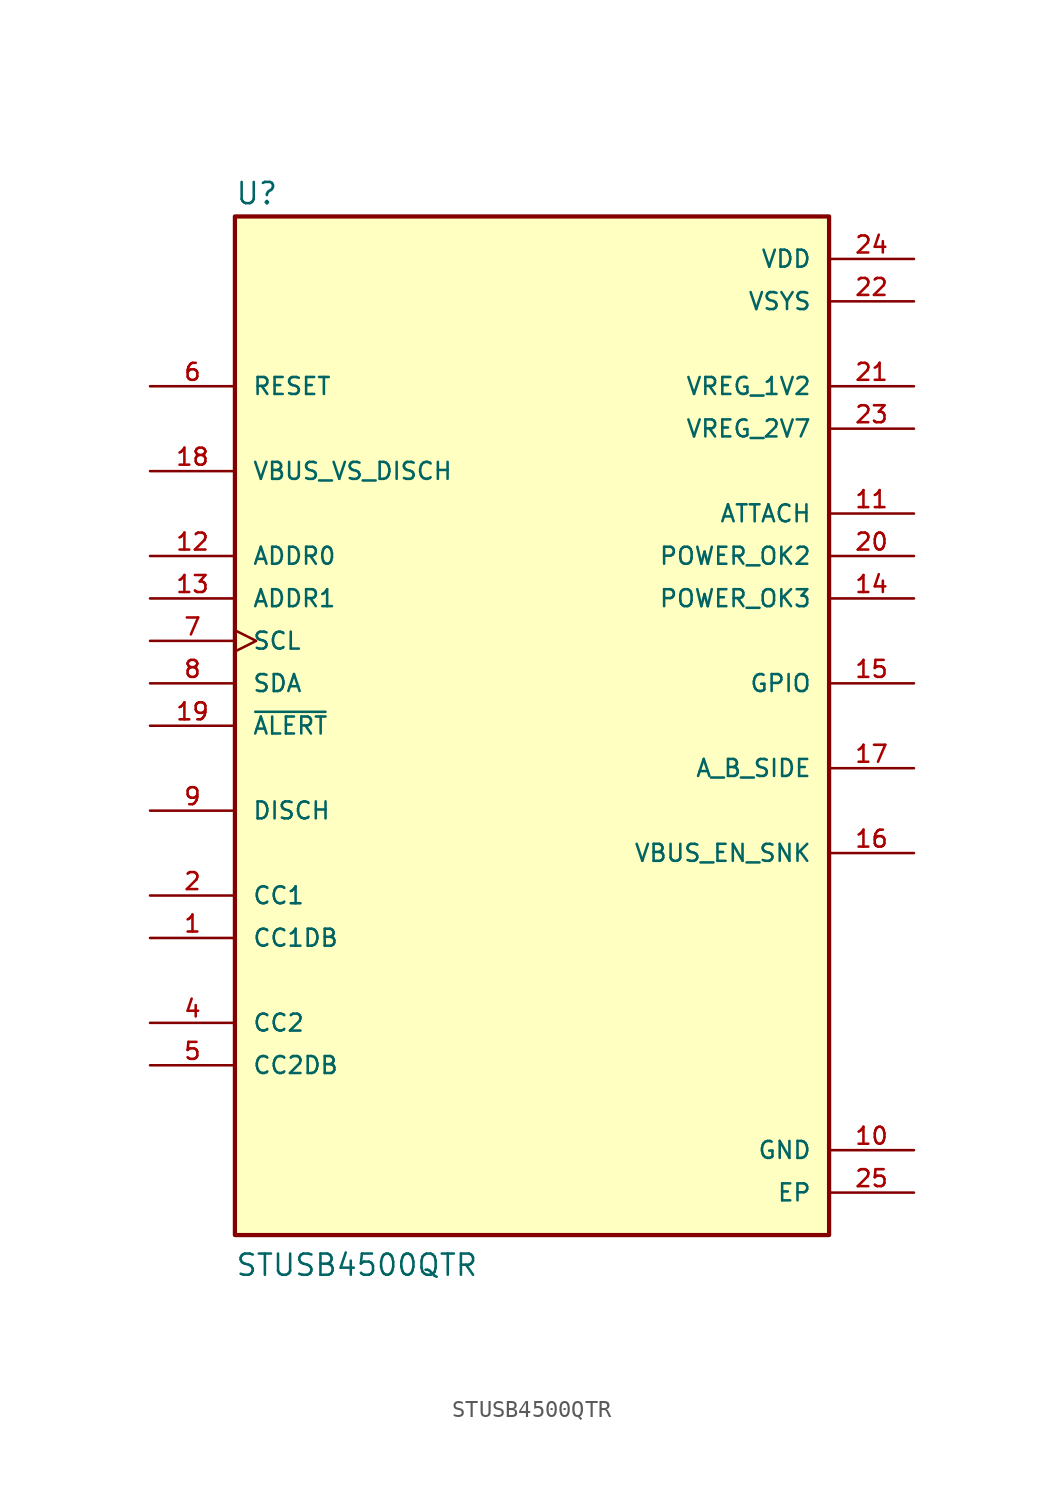
<source format=kicad_sym>
(kicad_symbol_lib
  (version 20231120)
  (generator "kicad_symbol_editor")
  (generator_version "8.0")
  (symbol "STUSB4500QTR"
    (pin_names
      (offset 1.016))
    (property "Reference" "U"
      (at -17.78 31.115 0)
      (effects (font (size 1.27 1.27)) (justify left bottom)))
    (property "Value" "STUSB4500QTR"
      (at -17.78 -33.02 0)
      (effects (font (size 1.27 1.27)) (justify left bottom)))
    (symbol "STUSB4500QTR_0_0"
      (rectangle (start -17.78 -30.48) (end 17.78 30.48) (stroke (width 0.254) (type default)) (fill (type background)))
      (pin bidirectional line (at -22.86 -12.7 0) (length 5.08) (name "CC1DB" (effects (font (size 1.016 1.016)))) (number "1" (effects (font (size 1.016 1.016)))))
      (pin power_in line (at 22.86 -25.4 180) (length 5.08) (name "GND" (effects (font (size 1.016 1.016)))) (number "10" (effects (font (size 1.016 1.016)))))
      (pin output line (at 22.86 12.7 180) (length 5.08) (name "ATTACH" (effects (font (size 1.016 1.016)))) (number "11" (effects (font (size 1.016 1.016)))))
      (pin input line (at -22.86 10.16 0) (length 5.08) (name "ADDR0" (effects (font (size 1.016 1.016)))) (number "12" (effects (font (size 1.016 1.016)))))
      (pin input line (at -22.86 7.62 0) (length 5.08) (name "ADDR1" (effects (font (size 1.016 1.016)))) (number "13" (effects (font (size 1.016 1.016)))))
      (pin output line (at 22.86 7.62 180) (length 5.08) (name "POWER_OK3" (effects (font (size 1.016 1.016)))) (number "14" (effects (font (size 1.016 1.016)))))
      (pin output line (at 22.86 2.54 180) (length 5.08) (name "GPIO" (effects (font (size 1.016 1.016)))) (number "15" (effects (font (size 1.016 1.016)))))
      (pin output line (at 22.86 -7.62 180) (length 5.08) (name "VBUS_EN_SNK" (effects (font (size 1.016 1.016)))) (number "16" (effects (font (size 1.016 1.016)))))
      (pin output line (at 22.86 -2.54 180) (length 5.08) (name "A_B_SIDE" (effects (font (size 1.016 1.016)))) (number "17" (effects (font (size 1.016 1.016)))))
      (pin input line (at -22.86 15.24 0) (length 5.08) (name "VBUS_VS_DISCH" (effects (font (size 1.016 1.016)))) (number "18" (effects (font (size 1.016 1.016)))))
      (pin output line (at -22.86 0 0) (length 5.08) (name "~{ALERT}" (effects (font (size 1.016 1.016)))) (number "19" (effects (font (size 1.016 1.016)))))
      (pin bidirectional line (at -22.86 -10.16 0) (length 5.08) (name "CC1" (effects (font (size 1.016 1.016)))) (number "2" (effects (font (size 1.016 1.016)))))
      (pin output line (at 22.86 10.16 180) (length 5.08) (name "POWER_OK2" (effects (font (size 1.016 1.016)))) (number "20" (effects (font (size 1.016 1.016)))))
      (pin output line (at 22.86 20.32 180) (length 5.08) (name "VREG_1V2" (effects (font (size 1.016 1.016)))) (number "21" (effects (font (size 1.016 1.016)))))
      (pin power_in line (at 22.86 25.4 180) (length 5.08) (name "VSYS" (effects (font (size 1.016 1.016)))) (number "22" (effects (font (size 1.016 1.016)))))
      (pin output line (at 22.86 17.78 180) (length 5.08) (name "VREG_2V7" (effects (font (size 1.016 1.016)))) (number "23" (effects (font (size 1.016 1.016)))))
      (pin power_in line (at 22.86 27.94 180) (length 5.08) (name "VDD" (effects (font (size 1.016 1.016)))) (number "24" (effects (font (size 1.016 1.016)))))
      (pin power_in line (at 22.86 -27.94 180) (length 5.08) (name "EP" (effects (font (size 1.016 1.016)))) (number "25" (effects (font (size 1.016 1.016)))))
      (pin bidirectional line (at -22.86 -17.78 0) (length 5.08) (name "CC2" (effects (font (size 1.016 1.016)))) (number "4" (effects (font (size 1.016 1.016)))))
      (pin bidirectional line (at -22.86 -20.32 0) (length 5.08) (name "CC2DB" (effects (font (size 1.016 1.016)))) (number "5" (effects (font (size 1.016 1.016)))))
      (pin input line (at -22.86 20.32 0) (length 5.08) (name "RESET" (effects (font (size 1.016 1.016)))) (number "6" (effects (font (size 1.016 1.016)))))
      (pin input clock (at -22.86 5.08 0) (length 5.08) (name "SCL" (effects (font (size 1.016 1.016)))) (number "7" (effects (font (size 1.016 1.016)))))
      (pin bidirectional line (at -22.86 2.54 0) (length 5.08) (name "SDA" (effects (font (size 1.016 1.016)))) (number "8" (effects (font (size 1.016 1.016)))))
      (pin bidirectional line (at -22.86 -5.08 0) (length 5.08) (name "DISCH" (effects (font (size 1.016 1.016)))) (number "9" (effects (font (size 1.016 1.016))))))))
</source>
